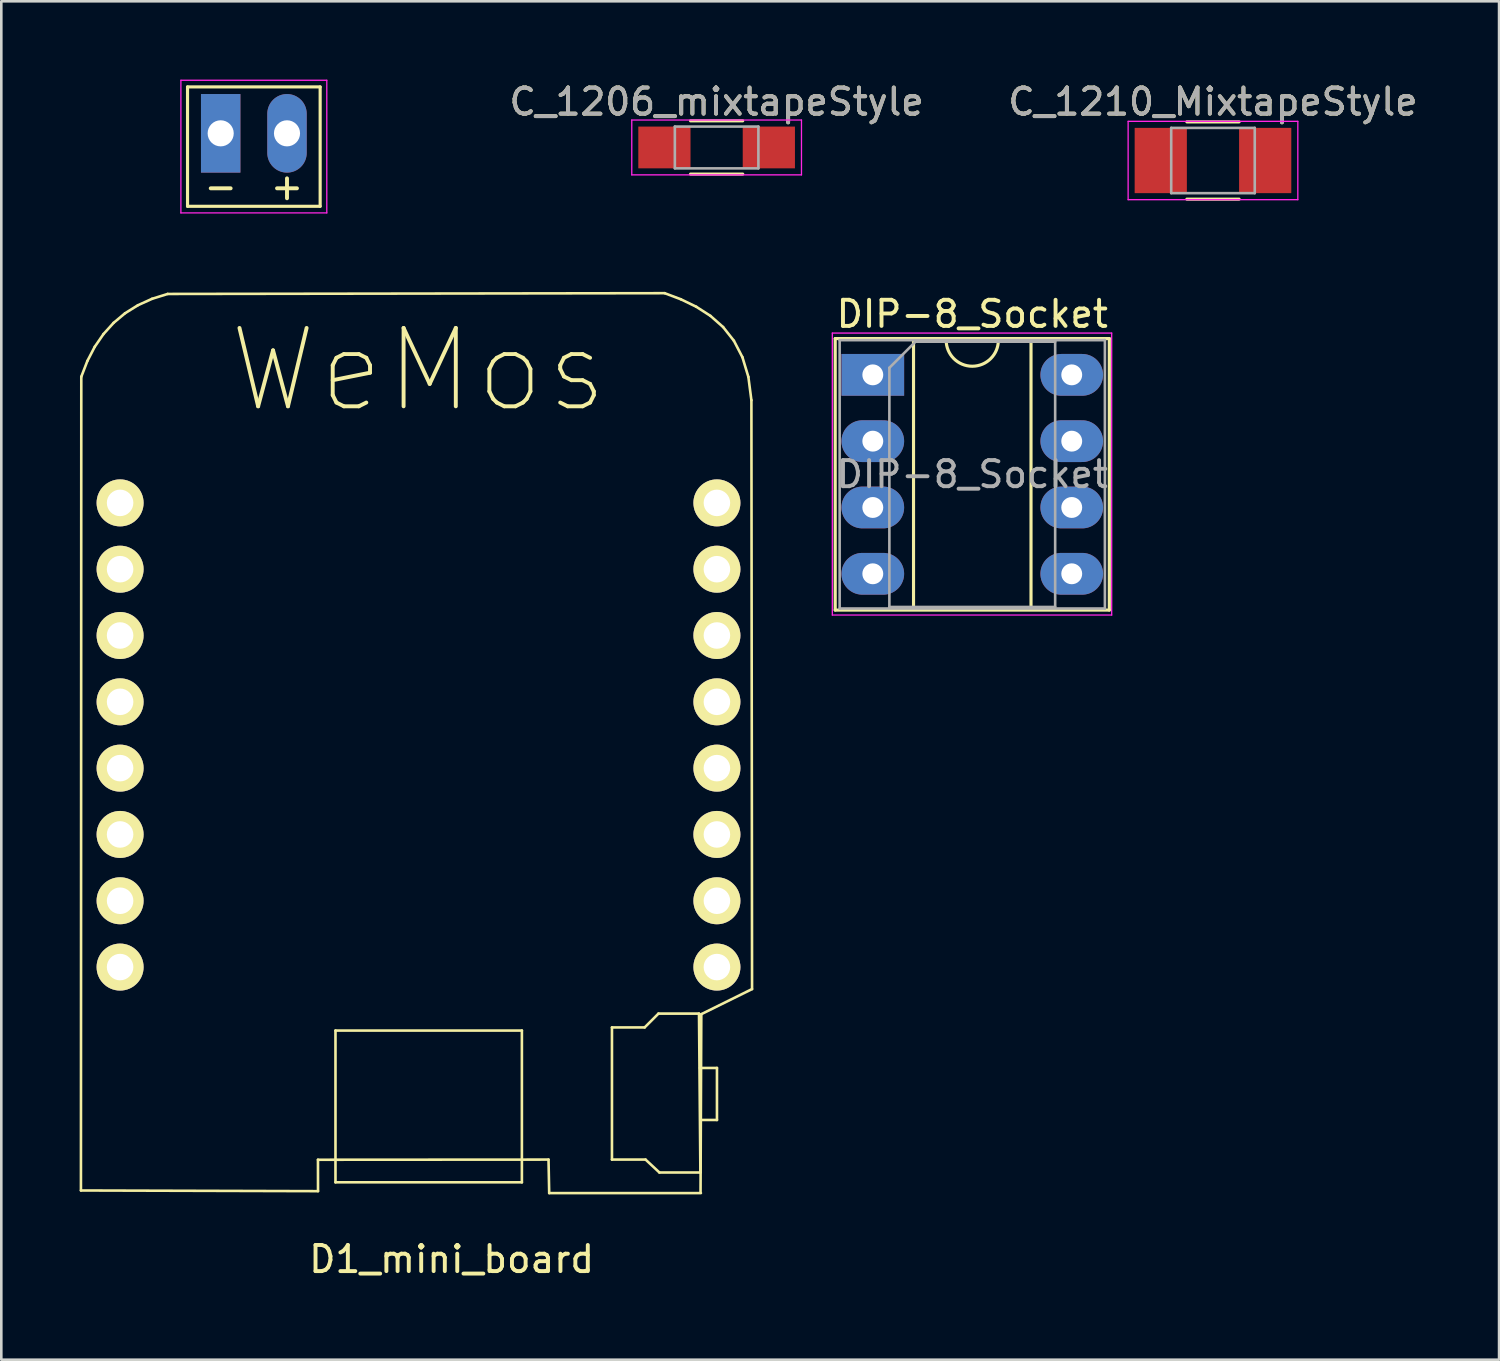
<source format=kicad_pcb>
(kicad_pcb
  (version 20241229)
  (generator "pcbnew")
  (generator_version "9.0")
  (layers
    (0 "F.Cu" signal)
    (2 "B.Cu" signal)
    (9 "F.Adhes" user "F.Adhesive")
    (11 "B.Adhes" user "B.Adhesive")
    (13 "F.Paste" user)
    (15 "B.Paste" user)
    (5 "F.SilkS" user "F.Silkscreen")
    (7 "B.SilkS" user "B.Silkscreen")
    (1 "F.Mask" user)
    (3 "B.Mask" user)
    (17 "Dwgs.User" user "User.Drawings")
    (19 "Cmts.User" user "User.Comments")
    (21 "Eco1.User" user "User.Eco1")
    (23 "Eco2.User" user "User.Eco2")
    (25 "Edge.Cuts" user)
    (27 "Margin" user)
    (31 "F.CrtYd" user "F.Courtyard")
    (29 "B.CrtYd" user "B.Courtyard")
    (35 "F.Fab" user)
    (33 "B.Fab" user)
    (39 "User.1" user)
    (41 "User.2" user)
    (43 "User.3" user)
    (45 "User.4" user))
  (footprint "C_1210_MixtapeStyle"
    (layer "F.Cu")
    (at 43.411 3.098)
    (property "Reference" "C_1210_MixtapeStyle" (at 0 -2.25 0) (layer "F.SilkS") (effects (font (size 1 1) (thickness 0.15))))
    (attr smd)
    (fp_line (start -1 1.48) (end 1 1.48) (stroke (width 0.12) (type solid)) (layer "F.SilkS"))
    (fp_line (start 1 -1.48) (end -1 -1.48) (stroke (width 0.12) (type solid)) (layer "F.SilkS"))
    (fp_line (start -3.25 -1.5) (end -3.25 1.5) (stroke (width 0.05) (type solid)) (layer "F.CrtYd"))
    (fp_line (start -3.25 -1.5) (end 3.25 -1.5) (stroke (width 0.05) (type solid)) (layer "F.CrtYd"))
    (fp_line (start 3.25 1.5) (end -3.25 1.5) (stroke (width 0.05) (type solid)) (layer "F.CrtYd"))
    (fp_line (start 3.25 1.5) (end 3.25 -1.5) (stroke (width 0.05) (type solid)) (layer "F.CrtYd"))
    (fp_line (start -1.6 -1.25) (end 1.6 -1.25) (stroke (width 0.1) (type solid)) (layer "F.Fab"))
    (fp_line (start -1.6 1.25) (end -1.6 -1.25) (stroke (width 0.1) (type solid)) (layer "F.Fab"))
    (fp_line (start 1.6 -1.25) (end 1.6 1.25) (stroke (width 0.1) (type solid)) (layer "F.Fab"))
    (fp_line (start 1.6 1.25) (end -1.6 1.25) (stroke (width 0.1) (type solid)) (layer "F.Fab"))
    (fp_text user "${REFERENCE}" (at 0 -2.25 0) (layer "F.Fab") (effects (font (size 1 1) (thickness 0.15))))
    (pad "1" smd rect (at -2 0) (size 2 2.5) (layers "F.Cu" "F.Mask" "F.Paste"))
    (pad "2" smd rect (at 2 0) (size 2 2.5) (layers "F.Cu" "F.Mask" "F.Paste")))
  (footprint "D1_mini_board"
    (layer "F.Cu")
    (at 12.98 26.372)
    (property "Reference" "D1_mini_board" (at 1.27 18.81 0) (layer "F.SilkS") (effects (font (size 1 1) (thickness 0.15))))
    (attr through_hole)
    (fp_line (start -12.93 16.177) (end -12.916 -14.993) (stroke (width 0.1) (type solid)) (layer "F.SilkS"))
    (fp_line (start -12.916 -14.993) (end -12.683 -15.596) (stroke (width 0.1) (type solid)) (layer "F.SilkS"))
    (fp_line (start -12.683 -15.596) (end -12.4 -16.141) (stroke (width 0.1) (type solid)) (layer "F.SilkS"))
    (fp_line (start -12.4 -16.141) (end -12.065 -16.628) (stroke (width 0.1) (type solid)) (layer "F.SilkS"))
    (fp_line (start -12.065 -16.628) (end -11.679 -17.055) (stroke (width 0.1) (type solid)) (layer "F.SilkS"))
    (fp_line (start -11.679 -17.055) (end -11.241 -17.423) (stroke (width 0.1) (type solid)) (layer "F.SilkS"))
    (fp_line (start -11.241 -17.423) (end -10.749 -17.73) (stroke (width 0.1) (type solid)) (layer "F.SilkS"))
    (fp_line (start -10.749 -17.73) (end -10.205 -17.977) (stroke (width 0.1) (type solid)) (layer "F.SilkS"))
    (fp_line (start -10.205 -17.977) (end -9.607 -18.163) (stroke (width 0.1) (type solid)) (layer "F.SilkS"))
    (fp_line (start -9.607 -18.163) (end 9.43 -18.192) (stroke (width 0.1) (type solid)) (layer "F.SilkS"))
    (fp_line (start -3.851 15) (end -3.849 16.203) (stroke (width 0.1) (type solid)) (layer "F.SilkS"))
    (fp_line (start -3.849 16.203) (end -12.93 16.177) (stroke (width 0.1) (type solid)) (layer "F.SilkS"))
    (fp_line (start -3.18 10.051) (end 3.96 10.051) (stroke (width 0.1) (type solid)) (layer "F.SilkS"))
    (fp_line (start -3.18 15.865) (end -3.18 10.051) (stroke (width 0.1) (type solid)) (layer "F.SilkS"))
    (fp_line (start 3.96 10.051) (end 3.96 15.865) (stroke (width 0.1) (type solid)) (layer "F.SilkS"))
    (fp_line (start 3.96 15.865) (end -3.18 15.865) (stroke (width 0.1) (type solid)) (layer "F.SilkS"))
    (fp_line (start 4.98 14.994) (end -3.851 15) (stroke (width 0.1) (type solid)) (layer "F.SilkS"))
    (fp_line (start 5.006 16.277) (end 4.98 14.994) (stroke (width 0.1) (type solid)) (layer "F.SilkS"))
    (fp_line (start 7.41 9.932) (end 7.41 14.994) (stroke (width 0.1) (type solid)) (layer "F.SilkS"))
    (fp_line (start 7.41 14.994) (end 8.697 14.994) (stroke (width 0.1) (type solid)) (layer "F.SilkS"))
    (fp_line (start 8.662 9.932) (end 7.41 9.932) (stroke (width 0.1) (type solid)) (layer "F.SilkS"))
    (fp_line (start 8.697 14.994) (end 9.227 15.488) (stroke (width 0.1) (type solid)) (layer "F.SilkS"))
    (fp_line (start 9.191 9.402) (end 8.662 9.932) (stroke (width 0.1) (type solid)) (layer "F.SilkS"))
    (fp_line (start 9.227 15.488) (end 10.797 15.488) (stroke (width 0.1) (type solid)) (layer "F.SilkS"))
    (fp_line (start 9.43 -18.192) (end 10.05 -17.958) (stroke (width 0.1) (type solid)) (layer "F.SilkS"))
    (fp_line (start 10.05 -17.958) (end 10.638 -17.673) (stroke (width 0.1) (type solid)) (layer "F.SilkS"))
    (fp_line (start 10.638 -17.673) (end 11.181 -17.324) (stroke (width 0.1) (type solid)) (layer "F.SilkS"))
    (fp_line (start 10.744 9.402) (end 9.191 9.402) (stroke (width 0.1) (type solid)) (layer "F.SilkS"))
    (fp_line (start 10.779 11.484) (end 11.432 11.484) (stroke (width 0.1) (type solid)) (layer "F.SilkS"))
    (fp_line (start 10.797 15.488) (end 10.744 9.402) (stroke (width 0.1) (type solid)) (layer "F.SilkS"))
    (fp_line (start 10.817 16.277) (end 5.006 16.277) (stroke (width 0.1) (type solid)) (layer "F.SilkS"))
    (fp_line (start 10.832 9.424) (end 10.803 16.233) (stroke (width 0.1) (type solid)) (layer "F.SilkS"))
    (fp_line (start 11.181 -17.324) (end 11.667 -16.895) (stroke (width 0.1) (type solid)) (layer "F.SilkS"))
    (fp_line (start 11.432 11.484) (end 11.432 13.477) (stroke (width 0.1) (type solid)) (layer "F.SilkS"))
    (fp_line (start 11.432 13.477) (end 10.814 13.477) (stroke (width 0.1) (type solid)) (layer "F.SilkS"))
    (fp_line (start 11.667 -16.895) (end 12.08 -16.371) (stroke (width 0.1) (type solid)) (layer "F.SilkS"))
    (fp_line (start 12.08 -16.371) (end 12.407 -15.74) (stroke (width 0.1) (type solid)) (layer "F.SilkS"))
    (fp_line (start 12.407 -15.74) (end 12.635 -14.985) (stroke (width 0.1) (type solid)) (layer "F.SilkS"))
    (fp_line (start 12.635 -14.985) (end 12.751 -14.092) (stroke (width 0.1) (type solid)) (layer "F.SilkS"))
    (fp_line (start 12.751 -14.092) (end 12.776 8.463) (stroke (width 0.1) (type solid)) (layer "F.SilkS"))
    (fp_line (start 12.776 8.463) (end 10.832 9.424) (stroke (width 0.1) (type solid)) (layer "F.SilkS"))
    (fp_line (start -8.89 -17.78) (end -8.89 5.08) (stroke (width 0.15) (type solid)) (layer "Eco2.User"))
    (fp_line (start -8.89 5.08) (end 8.89 5.08) (stroke (width 0.15) (type solid)) (layer "Eco2.User"))
    (fp_line (start -6.35 -10.16) (end 6.35 -10.16) (stroke (width 0.15) (type solid)) (layer "Eco2.User"))
    (fp_line (start -6.35 3.81) (end -6.35 -10.16) (stroke (width 0.15) (type solid)) (layer "Eco2.User"))
    (fp_line (start 6.35 -10.16) (end 6.35 3.81) (stroke (width 0.15) (type solid)) (layer "Eco2.User"))
    (fp_line (start 6.35 3.81) (end -6.35 3.81) (stroke (width 0.15) (type solid)) (layer "Eco2.User"))
    (fp_line (start 8.89 -17.78) (end -8.89 -17.78) (stroke (width 0.15) (type solid)) (layer "Eco2.User"))
    (fp_line (start 8.89 5.08) (end 8.89 -17.78) (stroke (width 0.15) (type solid)) (layer "Eco2.User"))
    (fp_text user "WeMos" (at 0 -15.24 0) (layer "F.SilkS") (effects (font (size 3 3) (thickness 0.15))))
    (pad "1" thru_hole circle (at -11.43 7.62) (size 1.8 1.8) (drill 1.016) (layers "*.Cu" "*.Mask" "F.SilkS"))
    (pad "2" thru_hole circle (at -11.43 5.08) (size 1.8 1.8) (drill 1.016) (layers "*.Cu" "*.Mask" "F.SilkS"))
    (pad "3" thru_hole circle (at -11.43 2.54) (size 1.8 1.8) (drill 1.016) (layers "*.Cu" "*.Mask" "F.SilkS"))
    (pad "4" thru_hole circle (at -11.43 0) (size 1.8 1.8) (drill 1.016) (layers "*.Cu" "*.Mask" "F.SilkS"))
    (pad "5" thru_hole circle (at -11.43 -2.54) (size 1.8 1.8) (drill 1.016) (layers "*.Cu" "*.Mask" "F.SilkS"))
    (pad "6" thru_hole circle (at -11.43 -5.08) (size 1.8 1.8) (drill 1.016) (layers "*.Cu" "*.Mask" "F.SilkS"))
    (pad "7" thru_hole circle (at -11.43 -7.62) (size 1.8 1.8) (drill 1.016) (layers "*.Cu" "*.Mask" "F.SilkS"))
    (pad "8" thru_hole circle (at -11.43 -10.16) (size 1.8 1.8) (drill 1.016) (layers "*.Cu" "*.Mask" "F.SilkS"))
    (pad "9" thru_hole circle (at 11.43 -10.16) (size 1.8 1.8) (drill 1.016) (layers "*.Cu" "*.Mask" "F.SilkS"))
    (pad "10" thru_hole circle (at 11.43 -7.62) (size 1.8 1.8) (drill 1.016) (layers "*.Cu" "*.Mask" "F.SilkS"))
    (pad "11" thru_hole circle (at 11.43 -5.08) (size 1.8 1.8) (drill 1.016) (layers "*.Cu" "*.Mask" "F.SilkS"))
    (pad "12" thru_hole circle (at 11.43 -2.54) (size 1.8 1.8) (drill 1.016) (layers "*.Cu" "*.Mask" "F.SilkS"))
    (pad "13" thru_hole circle (at 11.43 0) (size 1.8 1.8) (drill 1.016) (layers "*.Cu" "*.Mask" "F.SilkS"))
    (pad "14" thru_hole circle (at 11.43 2.54) (size 1.8 1.8) (drill 1.016) (layers "*.Cu" "*.Mask" "F.SilkS"))
    (pad "15" thru_hole circle (at 11.43 5.08) (size 1.8 1.8) (drill 1.016) (layers "*.Cu" "*.Mask" "F.SilkS"))
    (pad "16" thru_hole circle (at 11.43 7.62) (size 1.8 1.8) (drill 1.016) (layers "*.Cu" "*.Mask" "F.SilkS")))
  (footprint "Bat_connector+-"
    (layer "F.Cu")
    (at 5.403 2.057)
    (property "Reference" "Bat_connector+-" (at 1.27 -1.016 0) (layer "Eco2.User") (effects (font (size 1 1) (thickness 0.15))))
    (attr through_hole)
    (fp_line (start -1.27 -1.778) (end -1.27 2.794) (stroke (width 0.12) (type solid)) (layer "F.SilkS"))
    (fp_line (start -1.27 -1.778) (end 3.81 -1.778) (stroke (width 0.12) (type solid)) (layer "F.SilkS"))
    (fp_line (start 3.81 -1.778) (end 3.81 2.794) (stroke (width 0.12) (type solid)) (layer "F.SilkS"))
    (fp_line (start 3.81 2.794) (end -1.27 2.794) (stroke (width 0.12) (type solid)) (layer "F.SilkS"))
    (fp_line (start -1.524 -2.032) (end -1.524 3.048) (stroke (width 0.05) (type solid)) (layer "F.CrtYd"))
    (fp_line (start -1.524 -2.032) (end 4.064 -2.032) (stroke (width 0.05) (type solid)) (layer "F.CrtYd"))
    (fp_line (start 4.064 3.048) (end -1.524 3.048) (stroke (width 0.05) (type solid)) (layer "F.CrtYd"))
    (fp_line (start 4.064 3.048) (end 4.064 -2.032) (stroke (width 0.05) (type solid)) (layer "F.CrtYd"))
    (fp_text user "+" (at 2.54 2.032 0) (layer "F.SilkS") (effects (font (size 1 1) (thickness 0.15))))
    (fp_text user "-" (at 0 2.032 0) (layer "F.SilkS") (effects (font (size 1 1) (thickness 0.15))))
    (pad "1" thru_hole oval (at 2.54 0) (size 1.51 3.01) (drill 1) (layers "*.Cu" "*.Mask"))
    (pad "2" thru_hole rect (at 0 0) (size 1.51 3.01) (drill 1) (layers "*.Cu" "*.Mask")))
  (footprint "C_1206_mixtapeStyle"
    (layer "F.Cu")
    (at 24.399 2.598)
    (property "Reference" "C_1206_mixtapeStyle" (at 0 -1.75 0) (layer "F.SilkS") (effects (font (size 1 1) (thickness 0.15))))
    (attr smd)
    (fp_line (start -1 1.02) (end 1 1.02) (stroke (width 0.12) (type solid)) (layer "F.SilkS"))
    (fp_line (start 1 -1.02) (end -1 -1.02) (stroke (width 0.12) (type solid)) (layer "F.SilkS"))
    (fp_line (start -3.25 -1.05) (end -3.25 1.05) (stroke (width 0.05) (type solid)) (layer "F.CrtYd"))
    (fp_line (start -3.25 -1.05) (end 3.25 -1.05) (stroke (width 0.05) (type solid)) (layer "F.CrtYd"))
    (fp_line (start 3.25 1.05) (end -3.25 1.05) (stroke (width 0.05) (type solid)) (layer "F.CrtYd"))
    (fp_line (start 3.25 1.05) (end 3.25 -1.05) (stroke (width 0.05) (type solid)) (layer "F.CrtYd"))
    (fp_line (start -1.6 -0.8) (end 1.6 -0.8) (stroke (width 0.1) (type solid)) (layer "F.Fab"))
    (fp_line (start -1.6 0.8) (end -1.6 -0.8) (stroke (width 0.1) (type solid)) (layer "F.Fab"))
    (fp_line (start 1.6 -0.8) (end 1.6 0.8) (stroke (width 0.1) (type solid)) (layer "F.Fab"))
    (fp_line (start 1.6 0.8) (end -1.6 0.8) (stroke (width 0.1) (type solid)) (layer "F.Fab"))
    (fp_text user "${REFERENCE}" (at 0 -1.75 0) (layer "F.Fab") (effects (font (size 1 1) (thickness 0.15))))
    (pad "1" smd rect (at -2 0) (size 2 1.6) (layers "F.Cu" "F.Mask" "F.Paste"))
    (pad "2" smd rect (at 2 0) (size 2 1.6) (layers "F.Cu" "F.Mask" "F.Paste")))
  (footprint "DIP-8_Socket"
    (layer "F.Cu")
    (at 30.381 11.308)
    (property "Reference" "DIP-8_Socket" (at 3.81 -2.33 0) (layer "F.SilkS") (effects (font (size 1 1) (thickness 0.15))))
    (attr through_hole)
    (fp_line (start -1.44 -1.39) (end -1.44 9.01) (stroke (width 0.12) (type solid)) (layer "F.SilkS"))
    (fp_line (start -1.44 9.01) (end 9.06 9.01) (stroke (width 0.12) (type solid)) (layer "F.SilkS"))
    (fp_line (start 1.56 -1.33) (end 1.56 8.95) (stroke (width 0.12) (type solid)) (layer "F.SilkS"))
    (fp_line (start 1.56 8.95) (end 6.06 8.95) (stroke (width 0.12) (type solid)) (layer "F.SilkS"))
    (fp_line (start 2.81 -1.33) (end 1.56 -1.33) (stroke (width 0.12) (type solid)) (layer "F.SilkS"))
    (fp_line (start 6.06 -1.33) (end 4.81 -1.33) (stroke (width 0.12) (type solid)) (layer "F.SilkS"))
    (fp_line (start 6.06 8.95) (end 6.06 -1.33) (stroke (width 0.12) (type solid)) (layer "F.SilkS"))
    (fp_line (start 9.06 -1.39) (end -1.44 -1.39) (stroke (width 0.12) (type solid)) (layer "F.SilkS"))
    (fp_line (start 9.06 9.01) (end 9.06 -1.39) (stroke (width 0.12) (type solid)) (layer "F.SilkS"))
    (fp_arc (start 4.81 -1.33) (mid 3.81 -0.33) (end 2.81 -1.33) (stroke (width 0.12) (type solid)) (layer "F.SilkS"))
    (fp_line (start -1.55 -1.6) (end -1.55 9.2) (stroke (width 0.05) (type solid)) (layer "F.CrtYd"))
    (fp_line (start -1.55 9.2) (end 9.15 9.2) (stroke (width 0.05) (type solid)) (layer "F.CrtYd"))
    (fp_line (start 9.15 -1.6) (end -1.55 -1.6) (stroke (width 0.05) (type solid)) (layer "F.CrtYd"))
    (fp_line (start 9.15 9.2) (end 9.15 -1.6) (stroke (width 0.05) (type solid)) (layer "F.CrtYd"))
    (fp_line (start -1.27 -1.33) (end -1.27 8.95) (stroke (width 0.1) (type solid)) (layer "F.Fab"))
    (fp_line (start -1.27 8.95) (end 8.89 8.95) (stroke (width 0.1) (type solid)) (layer "F.Fab"))
    (fp_line (start 0.635 -0.27) (end 1.635 -1.27) (stroke (width 0.1) (type solid)) (layer "F.Fab"))
    (fp_line (start 0.635 8.89) (end 0.635 -0.27) (stroke (width 0.1) (type solid)) (layer "F.Fab"))
    (fp_line (start 1.635 -1.27) (end 6.985 -1.27) (stroke (width 0.1) (type solid)) (layer "F.Fab"))
    (fp_line (start 6.985 -1.27) (end 6.985 8.89) (stroke (width 0.1) (type solid)) (layer "F.Fab"))
    (fp_line (start 6.985 8.89) (end 0.635 8.89) (stroke (width 0.1) (type solid)) (layer "F.Fab"))
    (fp_line (start 8.89 -1.33) (end -1.27 -1.33) (stroke (width 0.1) (type solid)) (layer "F.Fab"))
    (fp_line (start 8.89 8.95) (end 8.89 -1.33) (stroke (width 0.1) (type solid)) (layer "F.Fab"))
    (fp_text user "${REFERENCE}" (at 3.81 3.81 0) (layer "F.Fab") (effects (font (size 1 1) (thickness 0.15))))
    (pad "1" thru_hole rect (at 0 0) (size 2.4 1.6) (drill 0.8) (layers "*.Cu" "*.Mask"))
    (pad "2" thru_hole oval (at 0 2.54) (size 2.4 1.6) (drill 0.8) (layers "*.Cu" "*.Mask"))
    (pad "3" thru_hole oval (at 0 5.08) (size 2.4 1.6) (drill 0.8) (layers "*.Cu" "*.Mask"))
    (pad "4" thru_hole oval (at 0 7.62) (size 2.4 1.6) (drill 0.8) (layers "*.Cu" "*.Mask"))
    (pad "5" thru_hole oval (at 7.62 7.62) (size 2.4 1.6) (drill 0.8) (layers "*.Cu" "*.Mask"))
    (pad "6" thru_hole oval (at 7.62 5.08) (size 2.4 1.6) (drill 0.8) (layers "*.Cu" "*.Mask"))
    (pad "7" thru_hole oval (at 7.62 2.54) (size 2.4 1.6) (drill 0.8) (layers "*.Cu" "*.Mask"))
    (pad "8" thru_hole oval (at 7.62 0) (size 2.4 1.6) (drill 0.8) (layers "*.Cu" "*.Mask")))
  (gr_rect
    (start -3 -3)
    (end 54.369 49.03)
    (stroke (width 0.1) (type default))
    (fill no)
    (layer "Edge.Cuts")))
</source>
